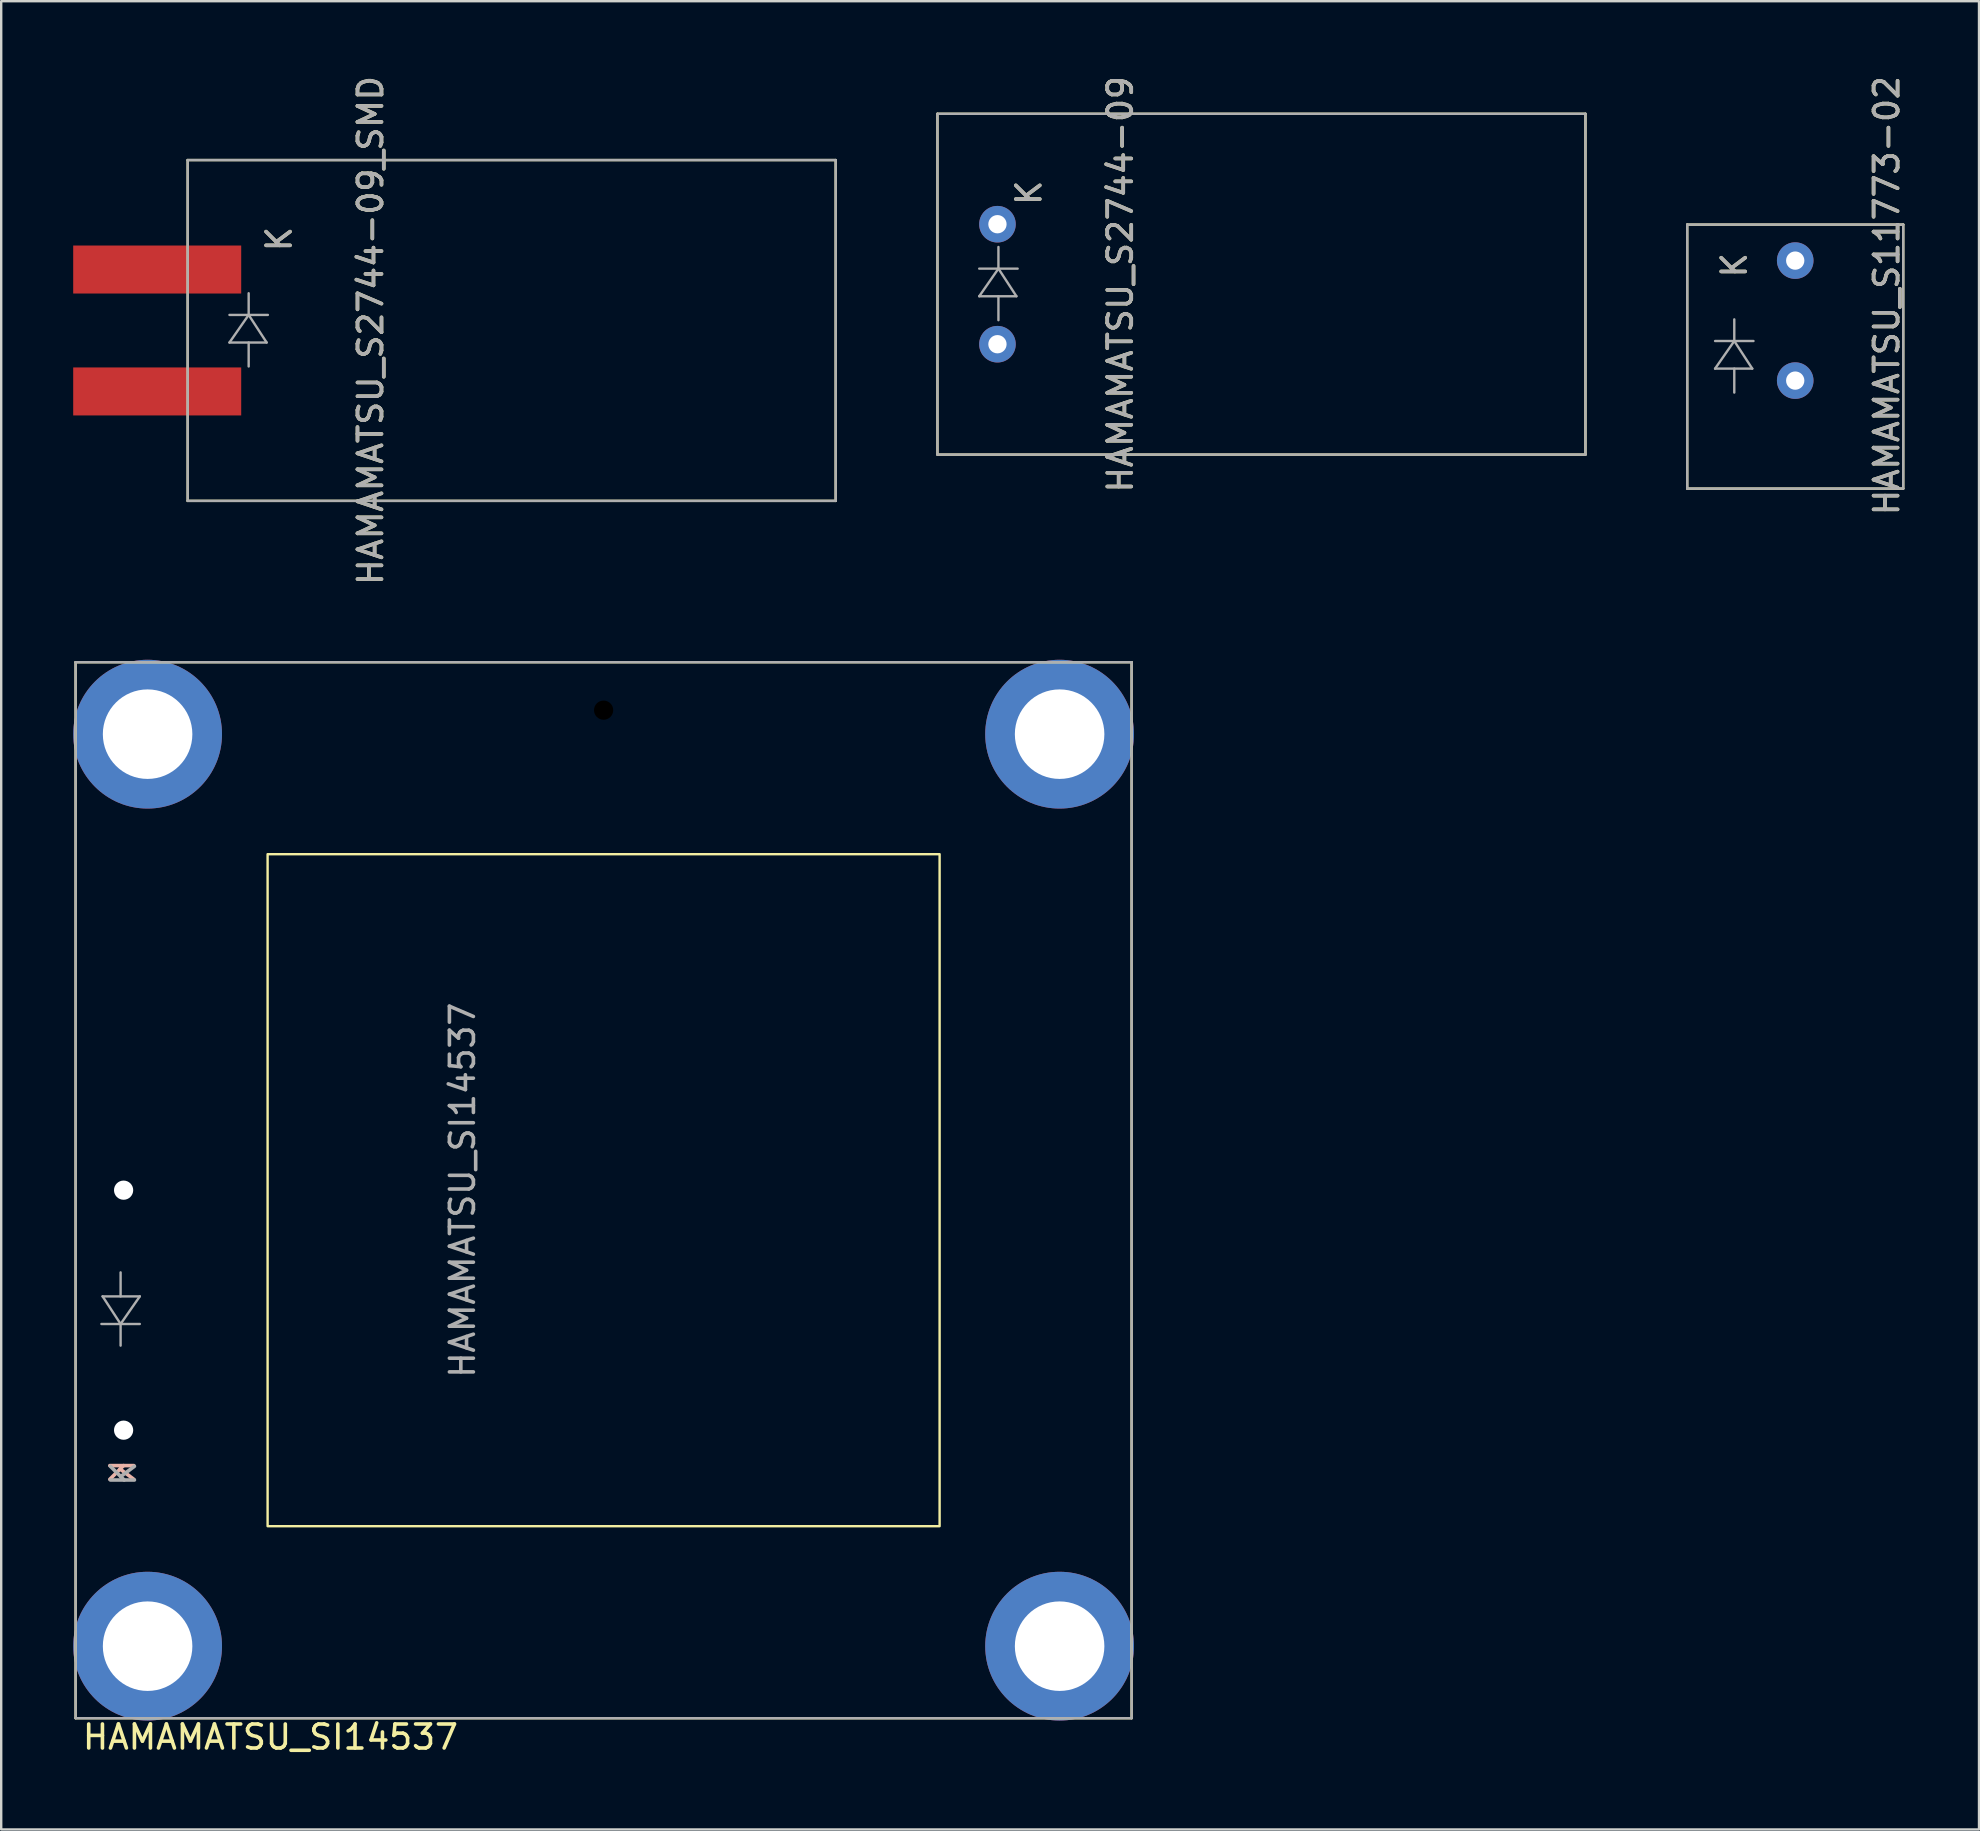
<source format=kicad_pcb>
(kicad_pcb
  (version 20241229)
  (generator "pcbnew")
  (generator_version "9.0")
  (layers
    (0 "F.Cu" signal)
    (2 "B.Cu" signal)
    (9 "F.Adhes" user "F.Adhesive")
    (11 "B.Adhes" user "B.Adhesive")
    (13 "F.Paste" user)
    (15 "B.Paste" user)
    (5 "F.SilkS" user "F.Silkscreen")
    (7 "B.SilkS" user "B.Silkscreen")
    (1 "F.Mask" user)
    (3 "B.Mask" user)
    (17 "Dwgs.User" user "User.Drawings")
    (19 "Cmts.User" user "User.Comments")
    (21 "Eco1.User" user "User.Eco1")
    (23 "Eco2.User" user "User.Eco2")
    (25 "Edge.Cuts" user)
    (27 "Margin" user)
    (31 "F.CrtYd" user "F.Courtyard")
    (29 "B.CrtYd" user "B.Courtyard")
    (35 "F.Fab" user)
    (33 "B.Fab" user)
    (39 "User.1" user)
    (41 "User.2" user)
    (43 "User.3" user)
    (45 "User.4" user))
  (footprint "HAMAMATSU_S2744-09_SMD"
    (layer "F.Cu")
    (at 32.71 10.72)
    (property "Reference" "HAMAMATSU_S2744-09_SMD" (at -20.32 0 270) (layer "F.SilkS") (effects (font (size 1 1) (thickness 0.15))))
    (attr smd)
    (fp_line (start -27.94 -7.1) (end -27.94 7.1) (stroke (width 0.1) (type solid)) (layer "F.SilkS"))
    (fp_line (start -0.94 -7.1) (end -27.94 -7.1) (stroke (width 0.1) (type solid)) (layer "F.SilkS"))
    (fp_line (start -0.94 -7.1) (end -0.94 7.1) (stroke (width 0.1) (type solid)) (layer "F.SilkS"))
    (fp_line (start -0.94 7.1) (end -27.94 7.1) (stroke (width 0.1) (type solid)) (layer "F.SilkS"))
    (fp_line (start -27.94 -7.1) (end -27.94 7.1) (stroke (width 0.1) (type solid)) (layer "F.Fab"))
    (fp_line (start -26.199 -0.649) (end -24.599 -0.649) (stroke (width 0.1) (type solid)) (layer "F.Fab"))
    (fp_line (start -25.399 -0.649) (end -26.199 0.501) (stroke (width 0.1) (type solid)) (layer "F.Fab"))
    (fp_line (start -25.399 -0.649) (end -25.399 -1.551) (stroke (width 0.1) (type solid)) (layer "F.Fab"))
    (fp_line (start -25.399 -0.649) (end -24.65 0.501) (stroke (width 0.1) (type solid)) (layer "F.Fab"))
    (fp_line (start -25.399 0.501) (end -25.399 1.499) (stroke (width 0.1) (type solid)) (layer "F.Fab"))
    (fp_line (start -24.65 0.501) (end -26.199 0.501) (stroke (width 0.1) (type solid)) (layer "F.Fab"))
    (fp_line (start -0.94 -7.1) (end -27.94 -7.1) (stroke (width 0.1) (type solid)) (layer "F.Fab"))
    (fp_line (start -0.94 -7.1) (end -0.94 7.1) (stroke (width 0.1) (type solid)) (layer "F.Fab"))
    (fp_line (start -0.94 7.1) (end -27.94 7.1) (stroke (width 0.1) (type solid)) (layer "F.Fab"))
    (fp_text user "K" (at -24.13 -3.81 270) (layer "F.SilkS") (effects (font (size 1 1) (thickness 0.15))))
    (fp_text user "${REFERENCE}" (at -20.32 0 270) (layer "F.Fab") (effects (font (size 1 1) (thickness 0.15))))
    (fp_text user "K" (at -24.13 -3.81 90) (layer "F.Fab") (effects (font (size 1 1) (thickness 0.15))))
    (pad "1" smd rect (at -29.21 -2.54) (size 7 2) (layers "F.Cu" "F.Mask" "F.Paste"))
    (pad "2" smd rect (at -29.21 2.54) (size 7 2) (layers "F.Cu" "F.Mask" "F.Paste")))
  (footprint "HAMAMATSU_S2744-09"
    (layer "F.Cu")
    (at 63.95 8.792)
    (property "Reference" "HAMAMATSU_S2744-09" (at -20.32 0 270) (layer "F.SilkS") (effects (font (size 1 1) (thickness 0.15))))
    (attr smd)
    (fp_line (start -27.94 -7.1) (end -27.94 7.1) (stroke (width 0.1) (type solid)) (layer "F.SilkS"))
    (fp_line (start -0.94 -7.1) (end -27.94 -7.1) (stroke (width 0.1) (type solid)) (layer "F.SilkS"))
    (fp_line (start -0.94 -7.1) (end -0.94 7.1) (stroke (width 0.1) (type solid)) (layer "F.SilkS"))
    (fp_line (start -0.94 7.1) (end -27.94 7.1) (stroke (width 0.1) (type solid)) (layer "F.SilkS"))
    (fp_line (start -27.94 -7.1) (end -27.94 7.1) (stroke (width 0.1) (type solid)) (layer "F.Fab"))
    (fp_line (start -26.199 -0.649) (end -24.599 -0.649) (stroke (width 0.1) (type solid)) (layer "F.Fab"))
    (fp_line (start -25.399 -0.649) (end -26.199 0.501) (stroke (width 0.1) (type solid)) (layer "F.Fab"))
    (fp_line (start -25.399 -0.649) (end -25.399 -1.551) (stroke (width 0.1) (type solid)) (layer "F.Fab"))
    (fp_line (start -25.399 -0.649) (end -24.65 0.501) (stroke (width 0.1) (type solid)) (layer "F.Fab"))
    (fp_line (start -25.399 0.501) (end -25.399 1.499) (stroke (width 0.1) (type solid)) (layer "F.Fab"))
    (fp_line (start -24.65 0.501) (end -26.199 0.501) (stroke (width 0.1) (type solid)) (layer "F.Fab"))
    (fp_line (start -0.94 -7.1) (end -27.94 -7.1) (stroke (width 0.1) (type solid)) (layer "F.Fab"))
    (fp_line (start -0.94 -7.1) (end -0.94 7.1) (stroke (width 0.1) (type solid)) (layer "F.Fab"))
    (fp_line (start -0.94 7.1) (end -27.94 7.1) (stroke (width 0.1) (type solid)) (layer "F.Fab"))
    (fp_text user "K" (at -24.13 -3.81 270) (layer "F.SilkS") (effects (font (size 1 1) (thickness 0.15))))
    (fp_text user "K" (at -24.13 -3.81 90) (layer "F.Fab") (effects (font (size 1 1) (thickness 0.15))))
    (fp_text user "${REFERENCE}" (at -20.32 0 270) (layer "F.Fab") (effects (font (size 1 1) (thickness 0.15))))
    (pad "1" thru_hole circle (at -25.44 -2.5) (size 1.524 1.524) (drill 0.762) (layers "*.Cu" "*.Mask"))
    (pad "2" thru_hole circle (at -25.44 2.5) (size 1.524 1.524) (drill 0.762) (layers "*.Cu" "*.Mask")))
  (footprint "HAMAMATSU_SI14537"
    (layer "F.Cu")
    (at 22.1 46.54)
    (property "Reference" "HAMAMATSU_SI14537" (at -13.882 22.787 0) (layer "F.SilkS") (effects (font (size 1 1) (thickness 0.15))))
    (attr through_hole)
    (fp_line (start -22 -22) (end -22 22) (stroke (width 0.1) (type solid)) (layer "F.SilkS"))
    (fp_line (start 22 -22) (end -22 -22) (stroke (width 0.1) (type solid)) (layer "F.SilkS"))
    (fp_line (start 22 -22) (end 22 22) (stroke (width 0.1) (type solid)) (layer "F.SilkS"))
    (fp_line (start 22 22) (end -22 22) (stroke (width 0.1) (type solid)) (layer "F.SilkS"))
    (fp_rect (start -14 -14) (end 14 14) (stroke (width 0.1) (type solid)) (fill no) (layer "F.SilkS"))
    (fp_line (start -22 -22) (end -22 22) (stroke (width 0.1) (type solid)) (layer "F.Fab"))
    (fp_line (start -20.875 4.425) (end -19.325 4.425) (stroke (width 0.1) (type solid)) (layer "F.Fab"))
    (fp_line (start -20.125 4.425) (end -20.125 3.426) (stroke (width 0.1) (type solid)) (layer "F.Fab"))
    (fp_line (start -20.125 5.575) (end -20.875 4.425) (stroke (width 0.1) (type solid)) (layer "F.Fab"))
    (fp_line (start -20.125 5.575) (end -20.125 6.477) (stroke (width 0.1) (type solid)) (layer "F.Fab"))
    (fp_line (start -20.125 5.575) (end -19.325 4.425) (stroke (width 0.1) (type solid)) (layer "F.Fab"))
    (fp_line (start -19.325 5.575) (end -20.925 5.575) (stroke (width 0.1) (type solid)) (layer "F.Fab"))
    (fp_line (start 22 -22) (end -22 -22) (stroke (width 0.1) (type solid)) (layer "F.Fab"))
    (fp_line (start 22 -22) (end 22 22) (stroke (width 0.1) (type solid)) (layer "F.Fab"))
    (fp_line (start 22 22) (end -22 22) (stroke (width 0.1) (type solid)) (layer "F.Fab"))
    (fp_text user "K" (at -20.029 11.738 270) (layer "B.SilkS") (effects (font (size 1 1) (thickness 0.15)) (justify mirror)))
    (fp_text user "K" (at -20.004 11.814 270) (layer "F.Fab") (effects (font (size 1 1) (thickness 0.15))))
    (fp_text user "${REFERENCE}" (at -5.88 0 270) (layer "F.Fab") (effects (font (size 1 1) (thickness 0.15))))
    (pad "" np_thru_hole circle (at 0 -20) (size 0.8 0.8) (drill 0.8) (layers "*.Mask"))
    (pad "1" thru_hole circle (at -20 10 180) (size 1.524 1.524) (drill 0.8) (layers "*.Cu" "*.Mask") (remove_unused_layers yes) (zone_layer_connections))
    (pad "2" thru_hole circle (at -20 0 180) (size 1.524 1.524) (drill 0.8) (layers "*.Cu" "*.Mask") (remove_unused_layers yes) (zone_layer_connections))
    (pad "M1" thru_hole circle (at -19 19) (size 6.2 6.2) (drill 3.73) (layers "*.Cu" "B.Mask" "B.Paste") (remove_unused_layers yes) (keep_end_layers yes) (zone_layer_connections))
    (pad "M2" thru_hole circle (at 19 19) (size 6.2 6.2) (drill 3.73) (layers "*.Cu" "B.Mask" "B.Paste") (remove_unused_layers yes) (keep_end_layers yes) (zone_layer_connections))
    (pad "M3" thru_hole circle (at 19 -19) (size 6.2 6.2) (drill 3.73) (layers "*.Cu" "B.Mask" "B.Paste") (remove_unused_layers yes) (keep_end_layers yes) (zone_layer_connections))
    (pad "M4" thru_hole circle (at -19 -19) (size 6.2 6.2) (drill 3.73) (layers "*.Cu" "B.Mask" "B.Paste") (remove_unused_layers yes) (keep_end_layers yes) (zone_layer_connections)))
  (footprint "HAMAMATSU_S11773-02"
    (layer "F.Cu")
    (at 71.75 11.808)
    (property "Reference" "HAMAMATSU_S11773-02" (at 3.81 -2.54 270) (layer "F.SilkS") (effects (font (size 1 1) (thickness 0.15))))
    (attr smd)
    (fp_line (start -4.5 -5.5) (end -4.5 5.5) (stroke (width 0.1) (type solid)) (layer "F.SilkS"))
    (fp_line (start -4.5 -5.5) (end 4.5 -5.5) (stroke (width 0.1) (type solid)) (layer "F.SilkS"))
    (fp_line (start -4.5 5.5) (end 4.5 5.5) (stroke (width 0.1) (type solid)) (layer "F.SilkS"))
    (fp_line (start 4.5 -5.5) (end 4.5 5.5) (stroke (width 0.1) (type solid)) (layer "F.SilkS"))
    (fp_line (start -4.5 -5.5) (end -4.5 5.5) (stroke (width 0.1) (type solid)) (layer "F.Fab"))
    (fp_line (start -4.5 -5.5) (end 4.5 -5.5) (stroke (width 0.1) (type solid)) (layer "F.Fab"))
    (fp_line (start -4.5 5.5) (end 4.5 5.5) (stroke (width 0.1) (type solid)) (layer "F.Fab"))
    (fp_line (start -3.339 -0.649) (end -1.739 -0.649) (stroke (width 0.1) (type solid)) (layer "F.Fab"))
    (fp_line (start -2.539 -0.649) (end -3.339 0.501) (stroke (width 0.1) (type solid)) (layer "F.Fab"))
    (fp_line (start -2.539 -0.649) (end -2.539 -1.551) (stroke (width 0.1) (type solid)) (layer "F.Fab"))
    (fp_line (start -2.539 -0.649) (end -1.79 0.501) (stroke (width 0.1) (type solid)) (layer "F.Fab"))
    (fp_line (start -2.539 0.501) (end -2.539 1.499) (stroke (width 0.1) (type solid)) (layer "F.Fab"))
    (fp_line (start -1.79 0.501) (end -3.339 0.501) (stroke (width 0.1) (type solid)) (layer "F.Fab"))
    (fp_line (start 4.5 -5.5) (end 4.5 5.5) (stroke (width 0.1) (type solid)) (layer "F.Fab"))
    (fp_text user "K" (at -2.54 -3.81 270) (layer "F.SilkS") (effects (font (size 1 1) (thickness 0.15))))
    (fp_text user "K" (at -2.54 -3.81 90) (layer "F.Fab") (effects (font (size 1 1) (thickness 0.15))))
    (fp_text user "${REFERENCE}" (at 3.81 -2.54 270) (layer "F.Fab") (effects (font (size 1 1) (thickness 0.15))))
    (pad "1" thru_hole circle (at 0 -4) (size 1.524 1.524) (drill 0.762) (layers "*.Cu" "*.Mask"))
    (pad "2" thru_hole circle (at 0 1) (size 1.524 1.524) (drill 0.762) (layers "*.Cu" "*.Mask")))
  (gr_rect
    (start -3 -3)
    (end 79.408 73.176)
    (stroke (width 0.1) (type default))
    (fill no)
    (layer "Edge.Cuts")))
</source>
